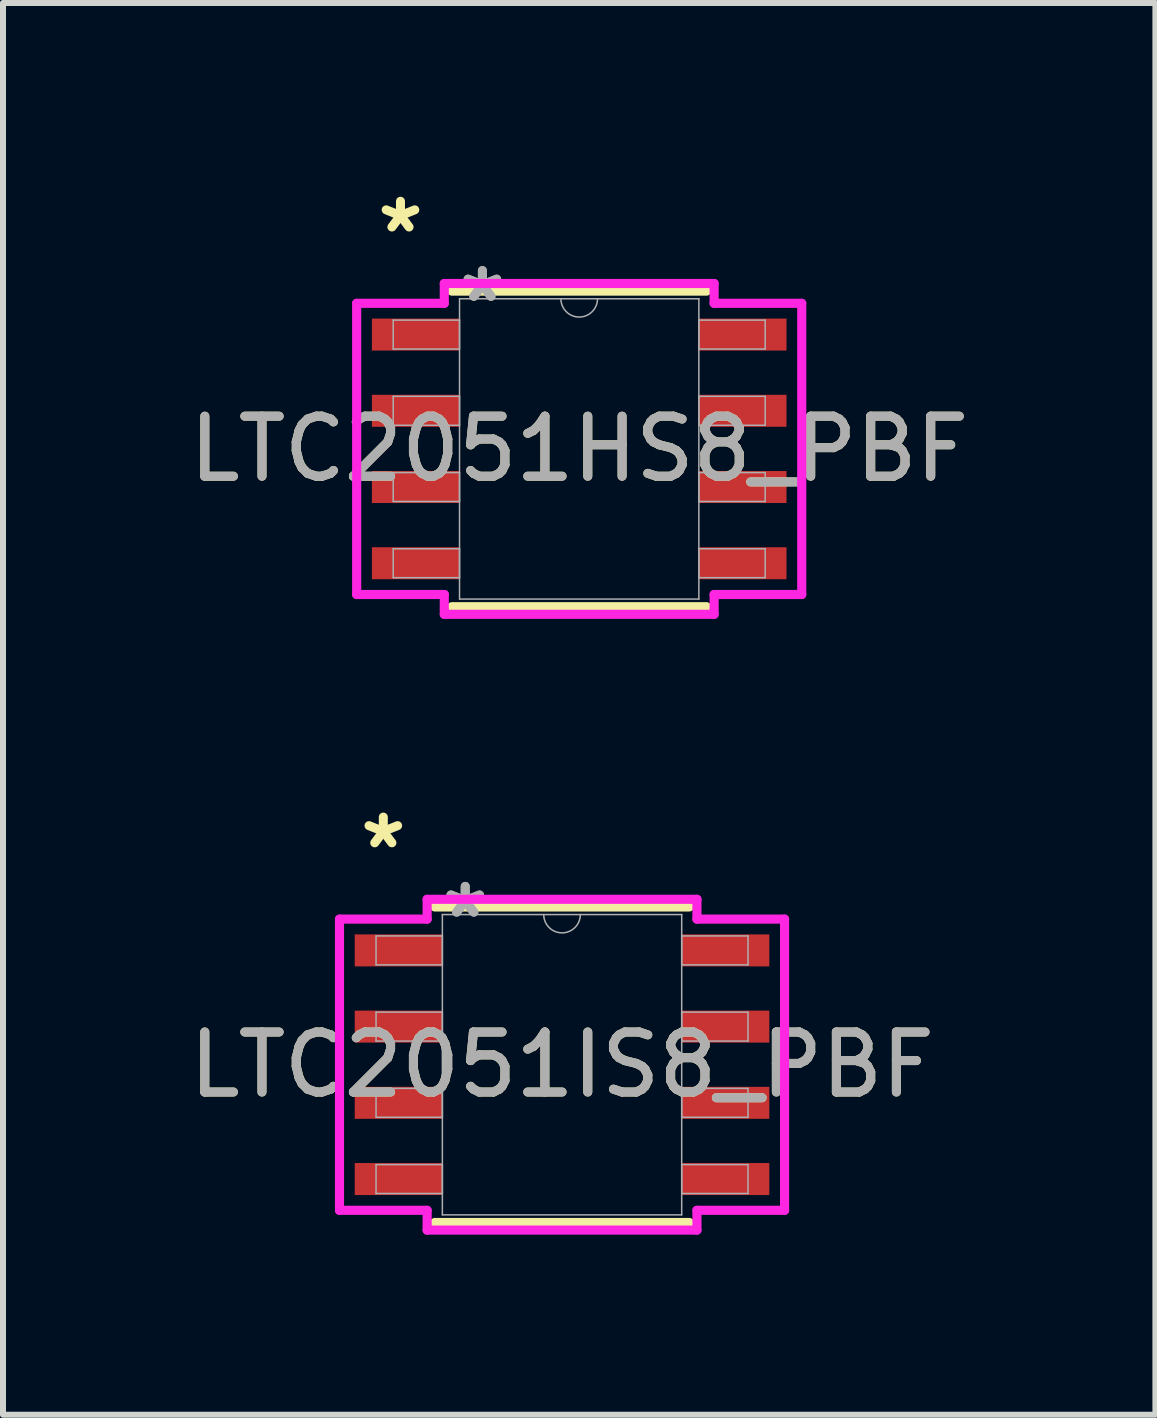
<source format=kicad_pcb>
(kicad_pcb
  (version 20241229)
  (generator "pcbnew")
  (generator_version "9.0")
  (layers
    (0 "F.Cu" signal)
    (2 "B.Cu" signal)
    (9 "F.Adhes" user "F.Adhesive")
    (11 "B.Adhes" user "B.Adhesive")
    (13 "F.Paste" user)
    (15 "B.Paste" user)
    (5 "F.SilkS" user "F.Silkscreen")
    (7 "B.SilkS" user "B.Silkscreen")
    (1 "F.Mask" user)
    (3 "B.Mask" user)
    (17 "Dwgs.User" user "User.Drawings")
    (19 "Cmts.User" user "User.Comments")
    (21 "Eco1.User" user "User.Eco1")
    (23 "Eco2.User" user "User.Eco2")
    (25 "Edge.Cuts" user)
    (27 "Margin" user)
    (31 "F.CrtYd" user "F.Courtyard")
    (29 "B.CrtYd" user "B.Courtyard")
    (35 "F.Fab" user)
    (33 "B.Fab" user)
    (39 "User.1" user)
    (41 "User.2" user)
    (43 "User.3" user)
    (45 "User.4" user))
  (footprint "LTC2051HS8_PBF"
    (layer "F.Cu")
    (at 6.601 4.43)
    (property "Reference" "LTC2051HS8_PBF" (at 0 0 0) (unlocked yes) (layer "F.SilkS") (effects (font (size 1 1) (thickness 0.15))))
    (attr smd)
    (fp_line (start -2.121 2.629) (end 2.121 2.629) (stroke (width 0.152) (type solid)) (layer "F.SilkS"))
    (fp_line (start 2.121 -2.629) (end -2.121 -2.629) (stroke (width 0.152) (type solid)) (layer "F.SilkS"))
    (fp_line (start -3.708 -2.426) (end -2.248 -2.426) (stroke (width 0.152) (type solid)) (layer "F.CrtYd"))
    (fp_line (start -3.708 2.426) (end -3.708 -2.426) (stroke (width 0.152) (type solid)) (layer "F.CrtYd"))
    (fp_line (start -3.708 2.426) (end -2.248 2.426) (stroke (width 0.152) (type solid)) (layer "F.CrtYd"))
    (fp_line (start -2.248 -2.756) (end 2.248 -2.756) (stroke (width 0.152) (type solid)) (layer "F.CrtYd"))
    (fp_line (start -2.248 -2.426) (end -2.248 -2.756) (stroke (width 0.152) (type solid)) (layer "F.CrtYd"))
    (fp_line (start -2.248 2.756) (end -2.248 2.426) (stroke (width 0.152) (type solid)) (layer "F.CrtYd"))
    (fp_line (start 2.248 -2.756) (end 2.248 -2.426) (stroke (width 0.152) (type solid)) (layer "F.CrtYd"))
    (fp_line (start 2.248 2.426) (end 2.248 2.756) (stroke (width 0.152) (type solid)) (layer "F.CrtYd"))
    (fp_line (start 2.248 2.756) (end -2.248 2.756) (stroke (width 0.152) (type solid)) (layer "F.CrtYd"))
    (fp_line (start 3.708 -2.426) (end 2.248 -2.426) (stroke (width 0.152) (type solid)) (layer "F.CrtYd"))
    (fp_line (start 3.708 -2.426) (end 3.708 2.426) (stroke (width 0.152) (type solid)) (layer "F.CrtYd"))
    (fp_line (start 3.708 2.426) (end 2.248 2.426) (stroke (width 0.152) (type solid)) (layer "F.CrtYd"))
    (fp_line (start -3.099 -2.146) (end -3.099 -1.664) (stroke (width 0.025) (type solid)) (layer "F.Fab"))
    (fp_line (start -3.099 -1.664) (end -1.994 -1.664) (stroke (width 0.025) (type solid)) (layer "F.Fab"))
    (fp_line (start -3.099 -0.876) (end -3.099 -0.394) (stroke (width 0.025) (type solid)) (layer "F.Fab"))
    (fp_line (start -3.099 -0.394) (end -1.994 -0.394) (stroke (width 0.025) (type solid)) (layer "F.Fab"))
    (fp_line (start -3.099 0.394) (end -3.099 0.876) (stroke (width 0.025) (type solid)) (layer "F.Fab"))
    (fp_line (start -3.099 0.876) (end -1.994 0.876) (stroke (width 0.025) (type solid)) (layer "F.Fab"))
    (fp_line (start -3.099 1.664) (end -3.099 2.146) (stroke (width 0.025) (type solid)) (layer "F.Fab"))
    (fp_line (start -3.099 2.146) (end -1.994 2.146) (stroke (width 0.025) (type solid)) (layer "F.Fab"))
    (fp_line (start -1.994 -2.502) (end -1.994 2.502) (stroke (width 0.025) (type solid)) (layer "F.Fab"))
    (fp_line (start -1.994 -2.146) (end -3.099 -2.146) (stroke (width 0.025) (type solid)) (layer "F.Fab"))
    (fp_line (start -1.994 -1.664) (end -1.994 -2.146) (stroke (width 0.025) (type solid)) (layer "F.Fab"))
    (fp_line (start -1.994 -0.876) (end -3.099 -0.876) (stroke (width 0.025) (type solid)) (layer "F.Fab"))
    (fp_line (start -1.994 -0.394) (end -1.994 -0.876) (stroke (width 0.025) (type solid)) (layer "F.Fab"))
    (fp_line (start -1.994 0.394) (end -3.099 0.394) (stroke (width 0.025) (type solid)) (layer "F.Fab"))
    (fp_line (start -1.994 0.876) (end -1.994 0.394) (stroke (width 0.025) (type solid)) (layer "F.Fab"))
    (fp_line (start -1.994 1.664) (end -3.099 1.664) (stroke (width 0.025) (type solid)) (layer "F.Fab"))
    (fp_line (start -1.994 2.146) (end -1.994 1.664) (stroke (width 0.025) (type solid)) (layer "F.Fab"))
    (fp_line (start -1.994 2.502) (end 1.994 2.502) (stroke (width 0.025) (type solid)) (layer "F.Fab"))
    (fp_line (start 1.994 -2.502) (end -1.994 -2.502) (stroke (width 0.025) (type solid)) (layer "F.Fab"))
    (fp_line (start 1.994 -2.146) (end 1.994 -1.664) (stroke (width 0.025) (type solid)) (layer "F.Fab"))
    (fp_line (start 1.994 -1.664) (end 3.099 -1.664) (stroke (width 0.025) (type solid)) (layer "F.Fab"))
    (fp_line (start 1.994 -0.876) (end 1.994 -0.394) (stroke (width 0.025) (type solid)) (layer "F.Fab"))
    (fp_line (start 1.994 -0.394) (end 3.099 -0.394) (stroke (width 0.025) (type solid)) (layer "F.Fab"))
    (fp_line (start 1.994 0.394) (end 1.994 0.876) (stroke (width 0.025) (type solid)) (layer "F.Fab"))
    (fp_line (start 1.994 0.876) (end 3.099 0.876) (stroke (width 0.025) (type solid)) (layer "F.Fab"))
    (fp_line (start 1.994 1.664) (end 1.994 2.146) (stroke (width 0.025) (type solid)) (layer "F.Fab"))
    (fp_line (start 1.994 2.146) (end 3.099 2.146) (stroke (width 0.025) (type solid)) (layer "F.Fab"))
    (fp_line (start 1.994 2.502) (end 1.994 -2.502) (stroke (width 0.025) (type solid)) (layer "F.Fab"))
    (fp_line (start 3.099 -2.146) (end 1.994 -2.146) (stroke (width 0.025) (type solid)) (layer "F.Fab"))
    (fp_line (start 3.099 -1.664) (end 3.099 -2.146) (stroke (width 0.025) (type solid)) (layer "F.Fab"))
    (fp_line (start 3.099 -0.876) (end 1.994 -0.876) (stroke (width 0.025) (type solid)) (layer "F.Fab"))
    (fp_line (start 3.099 -0.394) (end 3.099 -0.876) (stroke (width 0.025) (type solid)) (layer "F.Fab"))
    (fp_line (start 3.099 0.394) (end 1.994 0.394) (stroke (width 0.025) (type solid)) (layer "F.Fab"))
    (fp_line (start 3.099 0.876) (end 3.099 0.394) (stroke (width 0.025) (type solid)) (layer "F.Fab"))
    (fp_line (start 3.099 1.664) (end 1.994 1.664) (stroke (width 0.025) (type solid)) (layer "F.Fab"))
    (fp_line (start 3.099 2.146) (end 3.099 1.664) (stroke (width 0.025) (type solid)) (layer "F.Fab"))
    (fp_arc (start 0.3048 -2.5019) (mid 0 -2.1971) (end -0.3048 -2.5019) (stroke (width 0.0254) (type solid)) (layer "F.Fab"))
    (fp_text user "*" (at -2.978 -3.581 0) (layer "F.SilkS") (effects (font (size 1 1) (thickness 0.15))))
    (fp_text user "*" (at -1.613 -2.426 0) (unlocked yes) (layer "F.Fab") (effects (font (size 1 1) (thickness 0.15))))
    (fp_text user "*" (at -1.613 -2.426 0) (layer "F.Fab") (effects (font (size 1 1) (thickness 0.15))))
    (fp_text user "${REFERENCE}" (at 0 0 0) (unlocked yes) (layer "F.Fab") (effects (font (size 1 1) (thickness 0.15))))
    (pad "1" smd rect (at -2.724 -1.905) (size 1.46 0.533) (layers "F.Cu" "F.Mask" "F.Paste"))
    (pad "2" smd rect (at -2.724 -0.635) (size 1.46 0.533) (layers "F.Cu" "F.Mask" "F.Paste"))
    (pad "3" smd rect (at -2.724 0.635) (size 1.46 0.533) (layers "F.Cu" "F.Mask" "F.Paste"))
    (pad "4" smd rect (at -2.724 1.905) (size 1.46 0.533) (layers "F.Cu" "F.Mask" "F.Paste"))
    (pad "5" smd rect (at 2.724 1.905) (size 1.46 0.533) (layers "F.Cu" "F.Mask" "F.Paste"))
    (pad "6" smd rect (at 2.724 0.635) (size 1.46 0.533) (layers "F.Cu" "F.Mask" "F.Paste"))
    (pad "7" smd rect (at 2.724 -0.635) (size 1.46 0.533) (layers "F.Cu" "F.Mask" "F.Paste"))
    (pad "8" smd rect (at 2.724 -1.905) (size 1.46 0.533) (layers "F.Cu" "F.Mask" "F.Paste")))
  (footprint "LTC2051IS8_PBF"
    (layer "F.Cu")
    (at 6.315 14.691)
    (property "Reference" "LTC2051IS8_PBF" (at 0 0 0) (unlocked yes) (layer "F.SilkS") (effects (font (size 1 1) (thickness 0.15))))
    (attr smd)
    (fp_line (start -2.121 2.629) (end 2.121 2.629) (stroke (width 0.152) (type solid)) (layer "F.SilkS"))
    (fp_line (start 2.121 -2.629) (end -2.121 -2.629) (stroke (width 0.152) (type solid)) (layer "F.SilkS"))
    (fp_line (start -3.708 -2.426) (end -2.248 -2.426) (stroke (width 0.152) (type solid)) (layer "F.CrtYd"))
    (fp_line (start -3.708 2.426) (end -3.708 -2.426) (stroke (width 0.152) (type solid)) (layer "F.CrtYd"))
    (fp_line (start -3.708 2.426) (end -2.248 2.426) (stroke (width 0.152) (type solid)) (layer "F.CrtYd"))
    (fp_line (start -2.248 -2.756) (end 2.248 -2.756) (stroke (width 0.152) (type solid)) (layer "F.CrtYd"))
    (fp_line (start -2.248 -2.426) (end -2.248 -2.756) (stroke (width 0.152) (type solid)) (layer "F.CrtYd"))
    (fp_line (start -2.248 2.756) (end -2.248 2.426) (stroke (width 0.152) (type solid)) (layer "F.CrtYd"))
    (fp_line (start 2.248 -2.756) (end 2.248 -2.426) (stroke (width 0.152) (type solid)) (layer "F.CrtYd"))
    (fp_line (start 2.248 2.426) (end 2.248 2.756) (stroke (width 0.152) (type solid)) (layer "F.CrtYd"))
    (fp_line (start 2.248 2.756) (end -2.248 2.756) (stroke (width 0.152) (type solid)) (layer "F.CrtYd"))
    (fp_line (start 3.708 -2.426) (end 2.248 -2.426) (stroke (width 0.152) (type solid)) (layer "F.CrtYd"))
    (fp_line (start 3.708 -2.426) (end 3.708 2.426) (stroke (width 0.152) (type solid)) (layer "F.CrtYd"))
    (fp_line (start 3.708 2.426) (end 2.248 2.426) (stroke (width 0.152) (type solid)) (layer "F.CrtYd"))
    (fp_line (start -3.099 -2.146) (end -3.099 -1.664) (stroke (width 0.025) (type solid)) (layer "F.Fab"))
    (fp_line (start -3.099 -1.664) (end -1.994 -1.664) (stroke (width 0.025) (type solid)) (layer "F.Fab"))
    (fp_line (start -3.099 -0.876) (end -3.099 -0.394) (stroke (width 0.025) (type solid)) (layer "F.Fab"))
    (fp_line (start -3.099 -0.394) (end -1.994 -0.394) (stroke (width 0.025) (type solid)) (layer "F.Fab"))
    (fp_line (start -3.099 0.394) (end -3.099 0.876) (stroke (width 0.025) (type solid)) (layer "F.Fab"))
    (fp_line (start -3.099 0.876) (end -1.994 0.876) (stroke (width 0.025) (type solid)) (layer "F.Fab"))
    (fp_line (start -3.099 1.664) (end -3.099 2.146) (stroke (width 0.025) (type solid)) (layer "F.Fab"))
    (fp_line (start -3.099 2.146) (end -1.994 2.146) (stroke (width 0.025) (type solid)) (layer "F.Fab"))
    (fp_line (start -1.994 -2.502) (end -1.994 2.502) (stroke (width 0.025) (type solid)) (layer "F.Fab"))
    (fp_line (start -1.994 -2.146) (end -3.099 -2.146) (stroke (width 0.025) (type solid)) (layer "F.Fab"))
    (fp_line (start -1.994 -1.664) (end -1.994 -2.146) (stroke (width 0.025) (type solid)) (layer "F.Fab"))
    (fp_line (start -1.994 -0.876) (end -3.099 -0.876) (stroke (width 0.025) (type solid)) (layer "F.Fab"))
    (fp_line (start -1.994 -0.394) (end -1.994 -0.876) (stroke (width 0.025) (type solid)) (layer "F.Fab"))
    (fp_line (start -1.994 0.394) (end -3.099 0.394) (stroke (width 0.025) (type solid)) (layer "F.Fab"))
    (fp_line (start -1.994 0.876) (end -1.994 0.394) (stroke (width 0.025) (type solid)) (layer "F.Fab"))
    (fp_line (start -1.994 1.664) (end -3.099 1.664) (stroke (width 0.025) (type solid)) (layer "F.Fab"))
    (fp_line (start -1.994 2.146) (end -1.994 1.664) (stroke (width 0.025) (type solid)) (layer "F.Fab"))
    (fp_line (start -1.994 2.502) (end 1.994 2.502) (stroke (width 0.025) (type solid)) (layer "F.Fab"))
    (fp_line (start 1.994 -2.502) (end -1.994 -2.502) (stroke (width 0.025) (type solid)) (layer "F.Fab"))
    (fp_line (start 1.994 -2.146) (end 1.994 -1.664) (stroke (width 0.025) (type solid)) (layer "F.Fab"))
    (fp_line (start 1.994 -1.664) (end 3.099 -1.664) (stroke (width 0.025) (type solid)) (layer "F.Fab"))
    (fp_line (start 1.994 -0.876) (end 1.994 -0.394) (stroke (width 0.025) (type solid)) (layer "F.Fab"))
    (fp_line (start 1.994 -0.394) (end 3.099 -0.394) (stroke (width 0.025) (type solid)) (layer "F.Fab"))
    (fp_line (start 1.994 0.394) (end 1.994 0.876) (stroke (width 0.025) (type solid)) (layer "F.Fab"))
    (fp_line (start 1.994 0.876) (end 3.099 0.876) (stroke (width 0.025) (type solid)) (layer "F.Fab"))
    (fp_line (start 1.994 1.664) (end 1.994 2.146) (stroke (width 0.025) (type solid)) (layer "F.Fab"))
    (fp_line (start 1.994 2.146) (end 3.099 2.146) (stroke (width 0.025) (type solid)) (layer "F.Fab"))
    (fp_line (start 1.994 2.502) (end 1.994 -2.502) (stroke (width 0.025) (type solid)) (layer "F.Fab"))
    (fp_line (start 3.099 -2.146) (end 1.994 -2.146) (stroke (width 0.025) (type solid)) (layer "F.Fab"))
    (fp_line (start 3.099 -1.664) (end 3.099 -2.146) (stroke (width 0.025) (type solid)) (layer "F.Fab"))
    (fp_line (start 3.099 -0.876) (end 1.994 -0.876) (stroke (width 0.025) (type solid)) (layer "F.Fab"))
    (fp_line (start 3.099 -0.394) (end 3.099 -0.876) (stroke (width 0.025) (type solid)) (layer "F.Fab"))
    (fp_line (start 3.099 0.394) (end 1.994 0.394) (stroke (width 0.025) (type solid)) (layer "F.Fab"))
    (fp_line (start 3.099 0.876) (end 3.099 0.394) (stroke (width 0.025) (type solid)) (layer "F.Fab"))
    (fp_line (start 3.099 1.664) (end 1.994 1.664) (stroke (width 0.025) (type solid)) (layer "F.Fab"))
    (fp_line (start 3.099 2.146) (end 3.099 1.664) (stroke (width 0.025) (type solid)) (layer "F.Fab"))
    (fp_arc (start 0.3048 -2.5019) (mid 0 -2.1971) (end -0.3048 -2.5019) (stroke (width 0.0254) (type solid)) (layer "F.Fab"))
    (fp_text user "*" (at -2.978 -3.581 0) (layer "F.SilkS") (effects (font (size 1 1) (thickness 0.15))))
    (fp_text user "*" (at -1.613 -2.426 0) (layer "F.Fab") (effects (font (size 1 1) (thickness 0.15))))
    (fp_text user "*" (at -1.613 -2.426 0) (unlocked yes) (layer "F.Fab") (effects (font (size 1 1) (thickness 0.15))))
    (fp_text user "${REFERENCE}" (at 0 0 0) (unlocked yes) (layer "F.Fab") (effects (font (size 1 1) (thickness 0.15))))
    (pad "1" smd rect (at -2.724 -1.905) (size 1.46 0.533) (layers "F.Cu" "F.Mask" "F.Paste"))
    (pad "2" smd rect (at -2.724 -0.635) (size 1.46 0.533) (layers "F.Cu" "F.Mask" "F.Paste"))
    (pad "3" smd rect (at -2.724 0.635) (size 1.46 0.533) (layers "F.Cu" "F.Mask" "F.Paste"))
    (pad "4" smd rect (at -2.724 1.905) (size 1.46 0.533) (layers "F.Cu" "F.Mask" "F.Paste"))
    (pad "5" smd rect (at 2.724 1.905) (size 1.46 0.533) (layers "F.Cu" "F.Mask" "F.Paste"))
    (pad "6" smd rect (at 2.724 0.635) (size 1.46 0.533) (layers "F.Cu" "F.Mask" "F.Paste"))
    (pad "7" smd rect (at 2.724 -0.635) (size 1.46 0.533) (layers "F.Cu" "F.Mask" "F.Paste"))
    (pad "8" smd rect (at 2.724 -1.905) (size 1.46 0.533) (layers "F.Cu" "F.Mask" "F.Paste")))
  (gr_rect
    (start -3 -3)
    (end 16.202 20.523)
    (stroke (width 0.1) (type default))
    (fill no)
    (layer "Edge.Cuts")))
</source>
